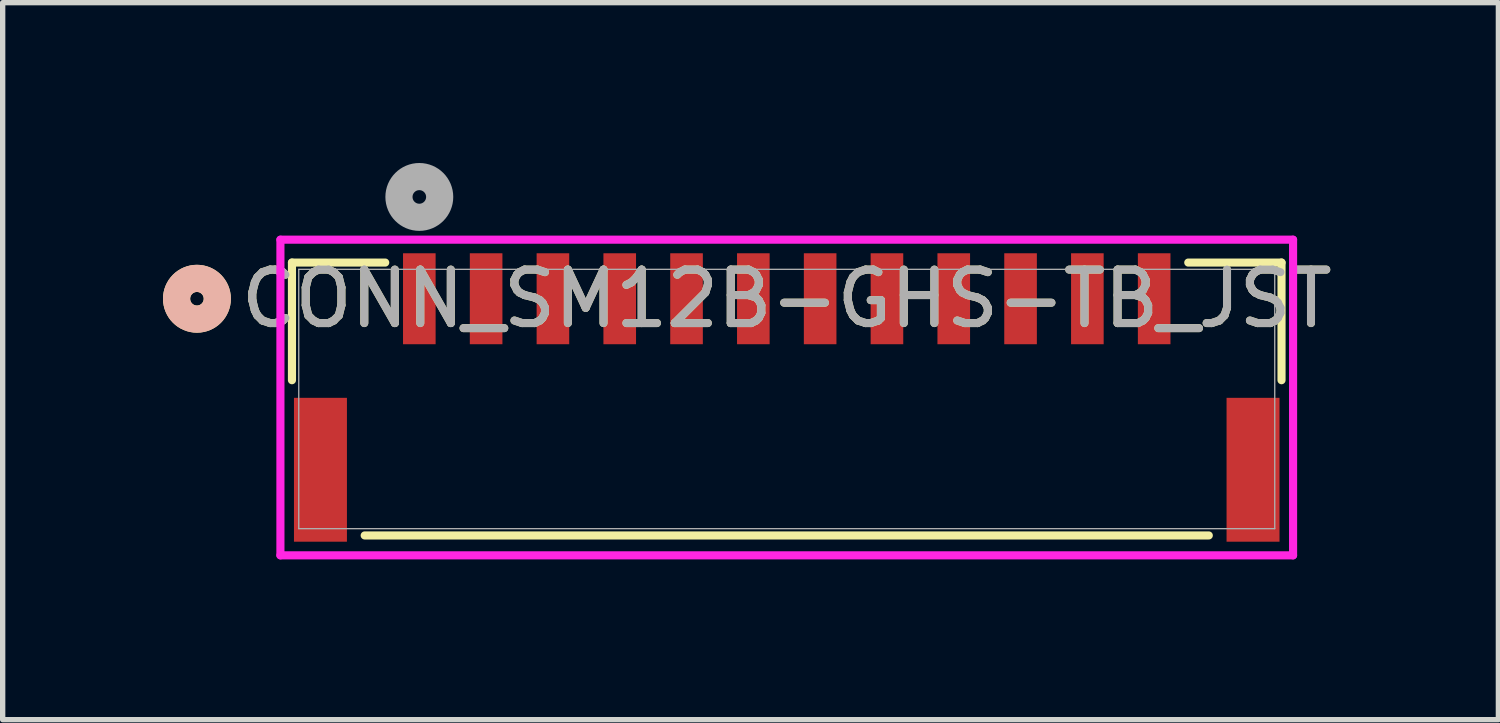
<source format=kicad_pcb>
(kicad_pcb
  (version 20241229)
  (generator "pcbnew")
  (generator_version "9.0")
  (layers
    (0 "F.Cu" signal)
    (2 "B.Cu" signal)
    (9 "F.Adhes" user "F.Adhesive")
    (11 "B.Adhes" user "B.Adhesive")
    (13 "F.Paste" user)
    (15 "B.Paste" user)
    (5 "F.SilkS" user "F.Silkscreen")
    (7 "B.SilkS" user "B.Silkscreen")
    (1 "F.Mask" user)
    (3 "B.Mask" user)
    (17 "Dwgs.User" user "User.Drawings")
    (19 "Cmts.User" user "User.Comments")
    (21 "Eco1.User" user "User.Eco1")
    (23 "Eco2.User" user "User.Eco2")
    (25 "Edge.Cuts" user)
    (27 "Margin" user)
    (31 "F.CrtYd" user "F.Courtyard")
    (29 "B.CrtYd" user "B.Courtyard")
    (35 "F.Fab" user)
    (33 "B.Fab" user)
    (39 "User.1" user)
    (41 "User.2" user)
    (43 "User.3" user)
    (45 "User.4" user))
  (footprint "CONN_SM12B-GHS-TB_JST"
    (layer "F.Cu")
    (at 11.671 4.416)
    (property "Reference" "CONN_SM12B-GHS-TB_JST" (at 0 -1.876 0) (unlocked yes) (layer "F.SilkS") (effects (font (size 1 1) (thickness 0.15))))
    (attr smd)
    (fp_line (start -9.258 -2.553) (end -9.258 -0.352) (stroke (width 0.152) (type solid)) (layer "F.SilkS"))
    (fp_line (start -7.897 2.553) (end 7.897 2.553) (stroke (width 0.152) (type solid)) (layer "F.SilkS"))
    (fp_line (start -7.513 -2.553) (end -9.258 -2.553) (stroke (width 0.152) (type solid)) (layer "F.SilkS"))
    (fp_line (start 9.258 -2.553) (end 7.513 -2.553) (stroke (width 0.152) (type solid)) (layer "F.SilkS"))
    (fp_line (start 9.258 -0.352) (end 9.258 -2.553) (stroke (width 0.152) (type solid)) (layer "F.SilkS"))
    (fp_circle (center -11.036 -1.876) (end -10.655 -1.876) (stroke (width 0.508) (type solid)) (fill no) (layer "F.SilkS"))
    (fp_circle (center -11.036 -1.876) (end -10.655 -1.876) (stroke (width 0.508) (type solid)) (fill no) (layer "B.SilkS"))
    (fp_line (start -9.474 -2.981) (end -9.474 2.925) (stroke (width 0.152) (type solid)) (layer "F.CrtYd"))
    (fp_line (start -9.474 2.925) (end 9.474 2.925) (stroke (width 0.152) (type solid)) (layer "F.CrtYd"))
    (fp_line (start 9.474 -2.981) (end -9.474 -2.981) (stroke (width 0.152) (type solid)) (layer "F.CrtYd"))
    (fp_line (start 9.474 2.925) (end 9.474 -2.981) (stroke (width 0.152) (type solid)) (layer "F.CrtYd"))
    (fp_line (start -9.131 -2.426) (end -9.131 2.426) (stroke (width 0.025) (type solid)) (layer "F.Fab"))
    (fp_line (start -9.131 2.426) (end 9.131 2.426) (stroke (width 0.025) (type solid)) (layer "F.Fab"))
    (fp_line (start 9.131 -2.426) (end -9.131 -2.426) (stroke (width 0.025) (type solid)) (layer "F.Fab"))
    (fp_line (start 9.131 2.426) (end 9.131 -2.426) (stroke (width 0.025) (type solid)) (layer "F.Fab"))
    (fp_circle (center -6.875 -3.781) (end -6.494 -3.781) (stroke (width 0.508) (type solid)) (fill no) (layer "F.Fab"))
    (fp_text user "${REFERENCE}" (at 0 -1.876 0) (unlocked yes) (layer "F.Fab") (effects (font (size 1 1) (thickness 0.15))))
    (pad "1" smd rect (at -6.875 -1.876) (size 0.61 1.702) (layers "F.Cu" "F.Mask" "F.Paste"))
    (pad "2" smd rect (at -5.625 -1.876) (size 0.61 1.702) (layers "F.Cu" "F.Mask" "F.Paste"))
    (pad "3" smd rect (at -4.375 -1.876) (size 0.61 1.702) (layers "F.Cu" "F.Mask" "F.Paste"))
    (pad "4" smd rect (at -3.125 -1.876) (size 0.61 1.702) (layers "F.Cu" "F.Mask" "F.Paste"))
    (pad "5" smd rect (at -1.875 -1.876) (size 0.61 1.702) (layers "F.Cu" "F.Mask" "F.Paste"))
    (pad "6" smd rect (at -0.625 -1.876) (size 0.61 1.702) (layers "F.Cu" "F.Mask" "F.Paste"))
    (pad "7" smd rect (at 0.625 -1.876) (size 0.61 1.702) (layers "F.Cu" "F.Mask" "F.Paste"))
    (pad "8" smd rect (at 1.875 -1.876) (size 0.61 1.702) (layers "F.Cu" "F.Mask" "F.Paste"))
    (pad "9" smd rect (at 3.125 -1.876) (size 0.61 1.702) (layers "F.Cu" "F.Mask" "F.Paste"))
    (pad "10" smd rect (at 4.375 -1.876) (size 0.61 1.702) (layers "F.Cu" "F.Mask" "F.Paste"))
    (pad "11" smd rect (at 5.625 -1.876) (size 0.61 1.702) (layers "F.Cu" "F.Mask" "F.Paste"))
    (pad "12" smd rect (at 6.875 -1.876) (size 0.61 1.702) (layers "F.Cu" "F.Mask" "F.Paste"))
    (pad "13" smd rect (at -8.725 1.324) (size 0.991 2.692) (layers "F.Cu" "F.Mask" "F.Paste"))
    (pad "14" smd rect (at 8.725 1.324) (size 0.991 2.692) (layers "F.Cu" "F.Mask" "F.Paste")))
  (gr_rect
    (start -3 -3)
    (end 24.987 10.416)
    (stroke (width 0.1) (type default))
    (fill no)
    (layer "Edge.Cuts")))
</source>
